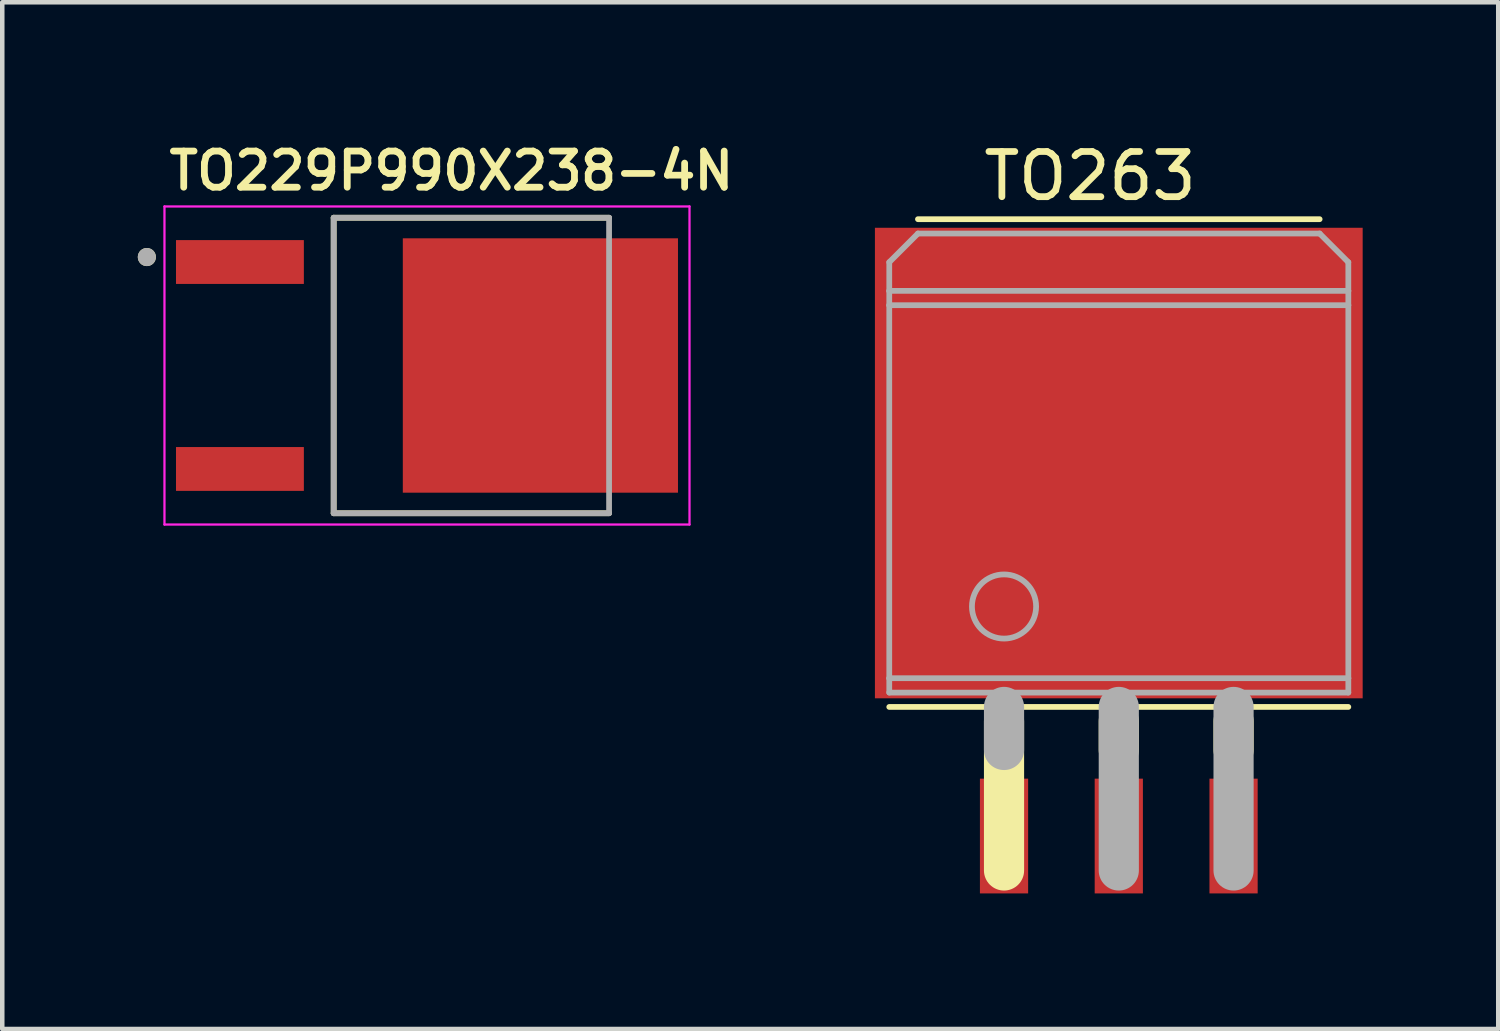
<source format=kicad_pcb>
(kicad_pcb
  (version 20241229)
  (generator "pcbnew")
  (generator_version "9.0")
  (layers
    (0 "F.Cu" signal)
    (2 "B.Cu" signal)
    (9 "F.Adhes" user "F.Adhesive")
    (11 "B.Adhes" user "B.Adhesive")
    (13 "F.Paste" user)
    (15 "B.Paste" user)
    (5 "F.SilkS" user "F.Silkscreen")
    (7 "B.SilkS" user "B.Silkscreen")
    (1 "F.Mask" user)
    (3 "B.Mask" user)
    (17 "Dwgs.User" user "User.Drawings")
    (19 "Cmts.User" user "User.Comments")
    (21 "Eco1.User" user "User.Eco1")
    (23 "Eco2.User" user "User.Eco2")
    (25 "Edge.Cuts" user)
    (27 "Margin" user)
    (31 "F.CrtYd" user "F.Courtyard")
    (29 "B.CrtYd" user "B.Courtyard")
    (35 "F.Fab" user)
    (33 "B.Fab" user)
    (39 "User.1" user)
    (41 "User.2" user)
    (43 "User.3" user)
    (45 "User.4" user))
  (footprint "TO263"
    (layer "F.Cu")
    (at 21.711 15.453)
    (property "Reference" "TO263" (at -0.635 -14.605 0) (layer "F.SilkS") (effects (font (size 1 1) (thickness 0.15))))
    (attr through_hole)
    (fp_line (start -5.08 -2.857) (end 5.08 -2.857) (stroke (width 0.127) (type solid)) (layer "F.SilkS"))
    (fp_line (start -4.445 -13.652) (end 4.445 -13.652) (stroke (width 0.127) (type solid)) (layer "F.SilkS"))
    (fp_line (start -2.54 0.762) (end -2.54 -2.54) (stroke (width 0.889) (type solid)) (layer "F.SilkS"))
    (fp_line (start 0 -1.905) (end 0 -2.54) (stroke (width 0.889) (type solid)) (layer "F.SilkS"))
    (fp_line (start 2.54 -1.905) (end 2.54 -2.54) (stroke (width 0.889) (type solid)) (layer "F.SilkS"))
    (fp_line (start -5.08 -12.7) (end -4.445 -13.335) (stroke (width 0.127) (type solid)) (layer "F.Fab"))
    (fp_line (start -5.08 -12.065) (end -5.08 -12.7) (stroke (width 0.127) (type solid)) (layer "F.Fab"))
    (fp_line (start -5.08 -12.065) (end 5.08 -12.065) (stroke (width 0.127) (type solid)) (layer "F.Fab"))
    (fp_line (start -5.08 -11.748) (end -5.08 -12.065) (stroke (width 0.127) (type solid)) (layer "F.Fab"))
    (fp_line (start -5.08 -11.748) (end 5.08 -11.748) (stroke (width 0.127) (type solid)) (layer "F.Fab"))
    (fp_line (start -5.08 -3.493) (end -5.08 -11.748) (stroke (width 0.127) (type solid)) (layer "F.Fab"))
    (fp_line (start -5.08 -3.493) (end 5.08 -3.493) (stroke (width 0.127) (type solid)) (layer "F.Fab"))
    (fp_line (start -5.08 -3.175) (end -5.08 -3.493) (stroke (width 0.127) (type solid)) (layer "F.Fab"))
    (fp_line (start -4.445 -13.335) (end 4.445 -13.335) (stroke (width 0.127) (type solid)) (layer "F.Fab"))
    (fp_line (start -2.54 -2.857) (end -2.54 -1.905) (stroke (width 0.889) (type solid)) (layer "F.Fab"))
    (fp_line (start 0 -2.857) (end 0 0.762) (stroke (width 0.889) (type solid)) (layer "F.Fab"))
    (fp_line (start 2.54 -2.857) (end 2.54 0.762) (stroke (width 0.889) (type solid)) (layer "F.Fab"))
    (fp_line (start 4.445 -13.335) (end 5.08 -12.7) (stroke (width 0.127) (type solid)) (layer "F.Fab"))
    (fp_line (start 5.08 -12.7) (end 5.08 -12.065) (stroke (width 0.127) (type solid)) (layer "F.Fab"))
    (fp_line (start 5.08 -12.065) (end 5.08 -11.748) (stroke (width 0.127) (type solid)) (layer "F.Fab"))
    (fp_line (start 5.08 -11.748) (end 5.08 -3.493) (stroke (width 0.127) (type solid)) (layer "F.Fab"))
    (fp_line (start 5.08 -3.493) (end 5.08 -3.175) (stroke (width 0.127) (type solid)) (layer "F.Fab"))
    (fp_line (start 5.08 -3.175) (end -5.08 -3.175) (stroke (width 0.127) (type solid)) (layer "F.Fab"))
    (fp_circle (center -2.54 -5.08) (end -1.83 -5.08) (stroke (width 0.127) (type solid)) (fill no) (layer "F.Fab"))
    (pad "1" smd rect (at -2.54 0) (size 1.067 2.54) (layers "F.Cu" "F.Mask" "F.Paste"))
    (pad "2" smd rect (at 0 0) (size 1.067 2.54) (layers "F.Cu" "F.Mask" "F.Paste"))
    (pad "3" smd rect (at 2.54 0) (size 1.067 2.54) (layers "F.Cu" "F.Mask" "F.Paste"))
    (pad "GND@" smd rect (at 0 -8.255) (size 10.795 10.414) (layers "F.Cu" "F.Mask" "F.Paste")))
  (footprint "TO229P990X238-4N"
    (layer "F.Cu")
    (at 6.4 5.039)
    (property "Reference" "TO229P990X238-4N" (at 0.54 -4.308 0) (layer "F.SilkS") (effects (font (size 0.8 0.8) (thickness 0.15))))
    (attr through_hole)
    (fp_line (start -2.065 -3.27) (end -2.065 3.27) (stroke (width 0.127) (type solid)) (layer "F.SilkS"))
    (fp_line (start -2.065 3.27) (end 4.03 3.27) (stroke (width 0.127) (type solid)) (layer "F.SilkS"))
    (fp_line (start 4.03 -3.27) (end -2.065 -3.27) (stroke (width 0.127) (type solid)) (layer "F.SilkS"))
    (fp_circle (center -6.2 -2.4) (end -6.1 -2.4) (stroke (width 0.2) (type solid)) (fill no) (layer "F.SilkS"))
    (fp_poly (pts (xy -0.175 -2.28) (xy 1.135 -2.28) (xy 1.135 -0.54) (xy -0.175 -0.54)) (stroke (width 0.01) (type solid)) (fill yes) (layer "F.Paste"))
    (fp_poly (pts (xy -0.175 0.54) (xy 1.135 0.54) (xy 1.135 2.28) (xy -0.175 2.28)) (stroke (width 0.01) (type solid)) (fill yes) (layer "F.Paste"))
    (fp_poly (pts (xy 1.855 -2.28) (xy 3.165 -2.28) (xy 3.165 -0.54) (xy 1.855 -0.54)) (stroke (width 0.01) (type solid)) (fill yes) (layer "F.Paste"))
    (fp_poly (pts (xy 1.855 0.54) (xy 3.165 0.54) (xy 3.165 2.28) (xy 1.855 2.28)) (stroke (width 0.01) (type solid)) (fill yes) (layer "F.Paste"))
    (fp_poly (pts (xy 3.885 -2.28) (xy 5.195 -2.28) (xy 5.195 -0.54) (xy 3.885 -0.54)) (stroke (width 0.01) (type solid)) (fill yes) (layer "F.Paste"))
    (fp_poly (pts (xy 3.885 0.54) (xy 5.195 0.54) (xy 5.195 2.28) (xy 3.885 2.28)) (stroke (width 0.01) (type solid)) (fill yes) (layer "F.Paste"))
    (fp_line (start -5.81 -3.52) (end -5.81 3.52) (stroke (width 0.05) (type solid)) (layer "F.CrtYd"))
    (fp_line (start -5.81 3.52) (end 5.81 3.52) (stroke (width 0.05) (type solid)) (layer "F.CrtYd"))
    (fp_line (start 5.81 -3.52) (end -5.81 -3.52) (stroke (width 0.05) (type solid)) (layer "F.CrtYd"))
    (fp_line (start 5.81 3.52) (end 5.81 -3.52) (stroke (width 0.05) (type solid)) (layer "F.CrtYd"))
    (fp_line (start -2.065 -3.27) (end -2.065 3.27) (stroke (width 0.127) (type solid)) (layer "F.Fab"))
    (fp_line (start -2.065 3.27) (end 4.03 3.27) (stroke (width 0.127) (type solid)) (layer "F.Fab"))
    (fp_line (start 4.03 -3.27) (end -2.065 -3.27) (stroke (width 0.127) (type solid)) (layer "F.Fab"))
    (fp_line (start 4.03 3.27) (end 4.03 -3.27) (stroke (width 0.127) (type solid)) (layer "F.Fab"))
    (fp_circle (center -6.2 -2.4) (end -6.1 -2.4) (stroke (width 0.2) (type solid)) (fill no) (layer "F.Fab"))
    (pad "1" smd rect (at -4.14 -2.29) (size 2.83 0.97) (layers "F.Cu" "F.Mask" "F.Paste"))
    (pad "3" smd rect (at -4.14 2.29) (size 2.83 0.97) (layers "F.Cu" "F.Mask" "F.Paste"))
    (pad "4" smd rect (at 2.51 0) (size 6.09 5.63) (layers "F.Cu" "F.Mask")))
  (gr_rect
    (start -3 -3)
    (end 30.109 19.723)
    (stroke (width 0.1) (type default))
    (fill no)
    (layer "Edge.Cuts")))
</source>
